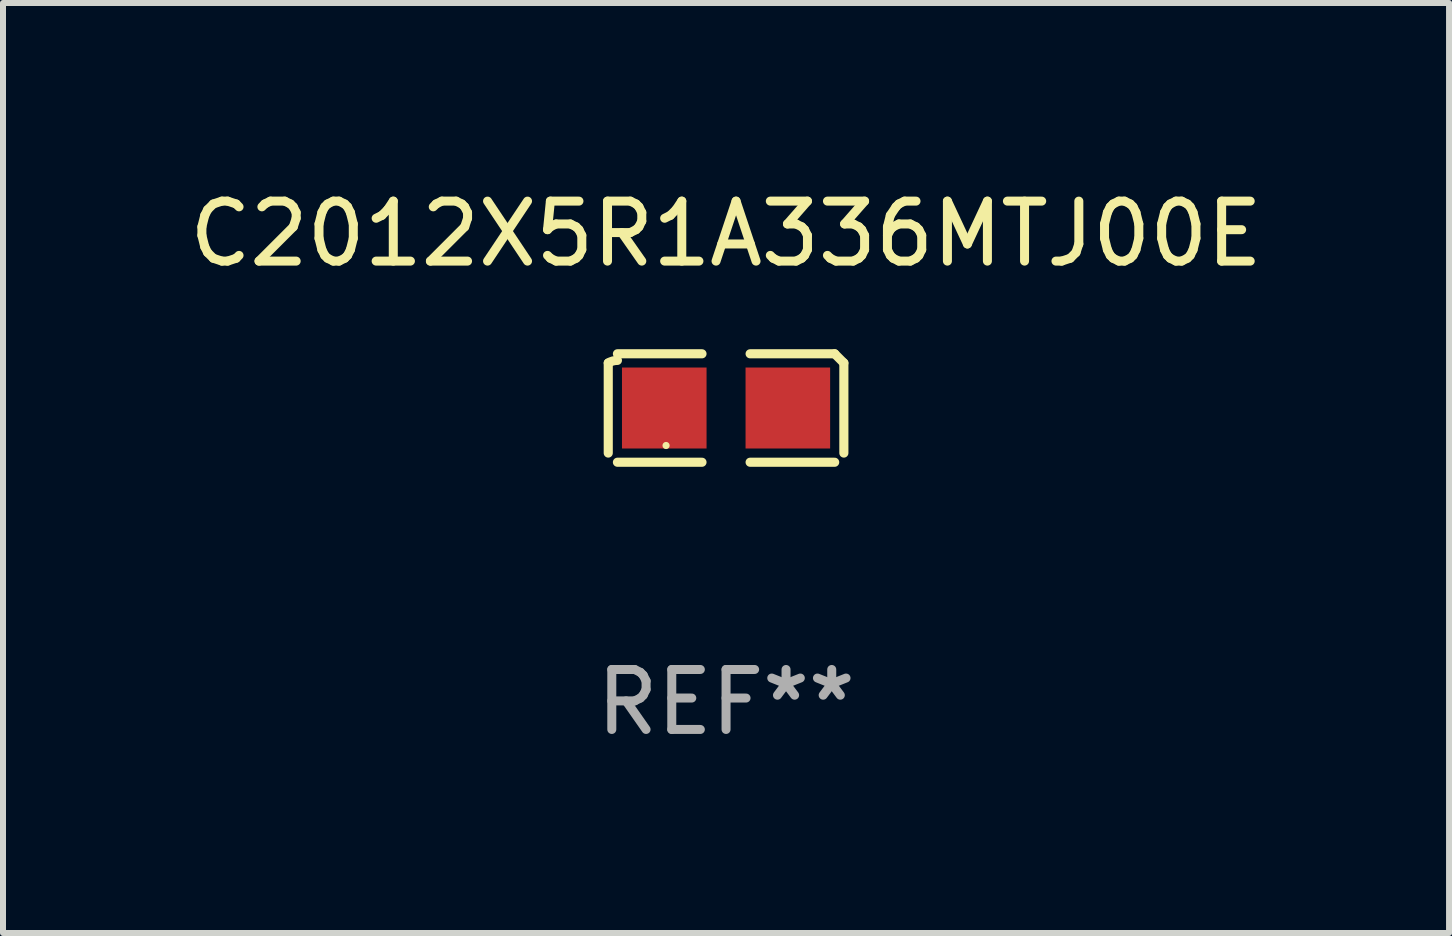
<source format=kicad_pcb>
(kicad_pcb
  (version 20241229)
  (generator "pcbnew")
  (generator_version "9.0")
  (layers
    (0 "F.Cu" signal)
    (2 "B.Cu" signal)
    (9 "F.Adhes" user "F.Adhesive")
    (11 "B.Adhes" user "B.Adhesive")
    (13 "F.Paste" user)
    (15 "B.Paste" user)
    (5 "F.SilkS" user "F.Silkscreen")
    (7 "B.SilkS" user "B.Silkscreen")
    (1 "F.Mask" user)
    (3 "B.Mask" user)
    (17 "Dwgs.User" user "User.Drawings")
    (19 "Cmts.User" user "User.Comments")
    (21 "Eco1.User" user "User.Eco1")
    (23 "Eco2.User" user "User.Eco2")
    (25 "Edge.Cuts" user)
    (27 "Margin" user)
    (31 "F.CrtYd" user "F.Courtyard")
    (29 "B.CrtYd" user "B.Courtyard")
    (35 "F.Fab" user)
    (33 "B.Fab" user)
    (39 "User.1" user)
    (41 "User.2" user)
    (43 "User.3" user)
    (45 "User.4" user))
  (footprint "C2012X5R1A336MTJ00E"
    (layer "F.Cu")
    (at 9.054 3.752)
    (property "Reference" "C2012X5R1A336MTJ00E" (at 0 -2.904 0) (layer "F.SilkS") (effects (font (size 1 1) (thickness 0.15))))
    (attr through_hole)
    (fp_line (start -1.964 0.751) (end -1.964 -0.751) (stroke (width 0.152) (type solid)) (layer "F.SilkS"))
    (fp_line (start -1.811 -0.904) (end -0.401 -0.904) (stroke (width 0.152) (type solid)) (layer "F.SilkS"))
    (fp_line (start -0.401 0.904) (end -1.811 0.904) (stroke (width 0.152) (type solid)) (layer "F.SilkS"))
    (fp_line (start 0.401 0.904) (end 1.811 0.904) (stroke (width 0.152) (type solid)) (layer "F.SilkS"))
    (fp_line (start 1.811 -0.904) (end 0.401 -0.904) (stroke (width 0.152) (type solid)) (layer "F.SilkS"))
    (fp_line (start 1.964 0.751) (end 1.964 -0.751) (stroke (width 0.152) (type solid)) (layer "F.SilkS"))
    (fp_arc (start -1.963602 -0.751207) (mid -1.890354 -0.783131) (end -1.811201 -0.794044) (stroke (width 0.1524) (type solid)) (layer "F.SilkS"))
    (fp_arc (start 1.811202 -0.903607) (mid 1.887413 -0.827418) (end 1.963602 -0.751207) (stroke (width 0.1524) (type solid)) (layer "F.SilkS"))
    (fp_circle (center -1 0.625) (end -0.97 0.625) (stroke (width 0.06) (type solid)) (fill no) (layer "F.SilkS"))
    (fp_text user "REF**" (at 0 4.904 0) (layer "F.Fab") (effects (font (size 1 1) (thickness 0.15))))
    (pad "1" smd rect (at -1.03 0) (size 1.41 1.35) (layers "F.Cu" "F.Mask" "F.Paste"))
    (pad "2" smd rect (at 1.03 0) (size 1.41 1.35) (layers "F.Cu" "F.Mask" "F.Paste")))
  (gr_rect
    (start -3 -3)
    (end 21.107 12.504)
    (stroke (width 0.1) (type default))
    (fill no)
    (layer "Edge.Cuts")))
</source>
